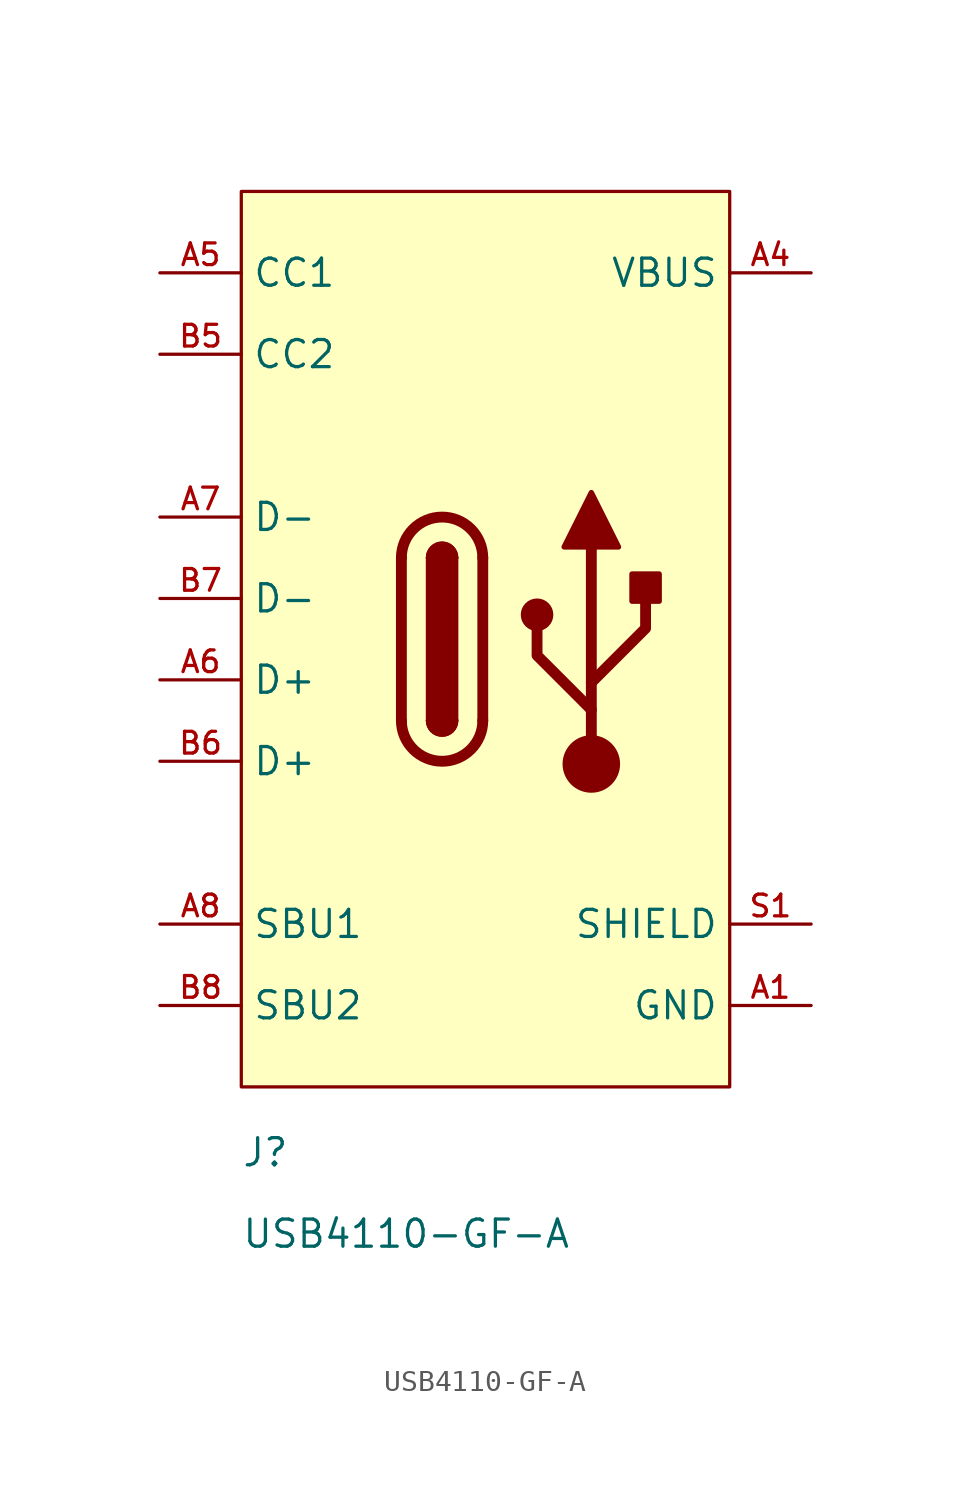
<source format=kicad_sym>
(kicad_symbol_lib
  (version 20241209)
  (generator "kicad_symbol_editor")
  (generator_version "9.0")
  (symbol "USB4110-GF-A"
    (property "Reference" "J"
      (at 0 -3.81 0)
      (effects (font (size 1.27 1.27)) (justify left bottom)))
    (property "Value" "USB4110-GF-A"
      (at 0 -7.62 0)
      (effects (font (size 1.27 1.27)) (justify left bottom)))
    (symbol "USB4110-GF-A_0_1"
      (polyline (pts (xy 7.493 17.145) (xy 7.493 24.765)) (stroke (width 0.508) (type default)) (fill (type none)))
      (rectangle (start 8.763 17.145) (end 10.033 24.765) (stroke (width 0.254) (type default)) (fill (type outline)))
      (arc (start 8.763 24.765) (mid 9.398 25.3973) (end 10.033 24.765) (stroke (width 0.254) (type default)) (fill (type none)))
      (arc (start 8.763 24.765) (mid 9.398 25.3973) (end 10.033 24.765) (stroke (width 0.254) (type default)) (fill (type outline)))
      (arc (start 7.493 24.765) (mid 9.398 26.6617) (end 11.303 24.765) (stroke (width 0.508) (type default)) (fill (type none)))
      (arc (start 11.303 17.145) (mid 9.398 15.2483) (end 7.493 17.145) (stroke (width 0.508) (type default)) (fill (type none)))
      (arc (start 10.033 17.145) (mid 9.398 16.5127) (end 8.763 17.145) (stroke (width 0.254) (type default)) (fill (type none)))
      (arc (start 10.033 17.145) (mid 9.398 16.5127) (end 8.763 17.145) (stroke (width 0.254) (type default)) (fill (type outline)))
      (polyline (pts (xy 11.303 24.765) (xy 11.303 17.145)) (stroke (width 0.508) (type default)) (fill (type none)))
      (circle (center 13.843 22.098) (radius 0.635) (stroke (width 0.254) (type default)) (fill (type outline)))
      (polyline (pts (xy 15.113 25.273) (xy 16.383 27.813) (xy 17.653 25.273) (xy 15.113 25.273)) (stroke (width 0.254) (type default)) (fill (type outline)))
      (polyline (pts (xy 16.383 18.923) (xy 18.923 21.463) (xy 18.923 22.733)) (stroke (width 0.508) (type default)) (fill (type none)))
      (polyline (pts (xy 16.383 17.653) (xy 13.843 20.193) (xy 13.843 21.463)) (stroke (width 0.508) (type default)) (fill (type none)))
      (polyline (pts (xy 16.383 15.113) (xy 16.383 25.273)) (stroke (width 0.508) (type default)) (fill (type none)))
      (circle (center 16.383 15.113) (radius 1.27) (stroke (width 0) (type default)) (fill (type outline)))
      (rectangle (start 18.288 22.733) (end 19.558 24.003) (stroke (width 0.254) (type default)) (fill (type outline))))
    (symbol "USB4110-GF-A_1_1"
      (rectangle (start 0 41.91) (end 22.86 0) (stroke (width 0) (type solid)) (fill (type background)))
      (pin passive line (at -3.81 38.1 0) (length 3.81) (name "CC1" (effects (font (size 1.27 1.27)))) (number "A5" (effects (font (size 1.016 1.016)))))
      (pin passive line (at -3.81 34.29 0) (length 3.81) (name "CC2" (effects (font (size 1.27 1.27)))) (number "B5" (effects (font (size 1.016 1.016)))))
      (pin passive line (at -3.81 26.67 0) (length 3.81) (name "D-" (effects (font (size 1.27 1.27)))) (number "A7" (effects (font (size 1.016 1.016)))))
      (pin passive line (at -3.81 22.86 0) (length 3.81) (name "D-" (effects (font (size 1.27 1.27)))) (number "B7" (effects (font (size 1.016 1.016)))))
      (pin passive line (at -3.81 19.05 0) (length 3.81) (name "D+" (effects (font (size 1.27 1.27)))) (number "A6" (effects (font (size 1.016 1.016)))))
      (pin passive line (at -3.81 15.24 0) (length 3.81) (name "D+" (effects (font (size 1.27 1.27)))) (number "B6" (effects (font (size 1.016 1.016)))))
      (pin passive line (at -3.81 7.62 0) (length 3.81) (name "SBU1" (effects (font (size 1.27 1.27)))) (number "A8" (effects (font (size 1.016 1.016)))))
      (pin passive line (at -3.81 3.81 0) (length 3.81) (name "SBU2" (effects (font (size 1.27 1.27)))) (number "B8" (effects (font (size 1.016 1.016)))))
      (pin passive line (at 26.67 38.1 180) (length 3.81) (name "VBUS" (effects (font (size 1.27 1.27)))) (number "A4" (effects (font (size 1.016 1.016)))))
      (pin passive line (at 26.67 38.1 180) (length 3.81) (hide yes) (name "VBUS" (effects (font (size 1.27 1.27)))) (number "A9" (effects (font (size 1.016 1.016)))))
      (pin passive line (at 26.67 38.1 180) (length 3.81) (hide yes) (name "VBUS" (effects (font (size 1.27 1.27)))) (number "B4" (effects (font (size 1.016 1.016)))))
      (pin passive line (at 26.67 38.1 180) (length 3.81) (hide yes) (name "VBUS" (effects (font (size 1.27 1.27)))) (number "B9" (effects (font (size 1.016 1.016)))))
      (pin passive line (at 26.67 7.62 180) (length 3.81) (name "SHIELD" (effects (font (size 1.27 1.27)))) (number "S1" (effects (font (size 1.016 1.016)))))
      (pin passive line (at 26.67 3.81 180) (length 3.81) (name "GND" (effects (font (size 1.27 1.27)))) (number "A1" (effects (font (size 1.016 1.016)))))
      (pin passive line (at 26.67 3.81 180) (length 3.81) (hide yes) (name "GND" (effects (font (size 1.27 1.27)))) (number "A12" (effects (font (size 1.016 1.016)))))
      (pin passive line (at 26.67 3.81 180) (length 3.81) (hide yes) (name "GND" (effects (font (size 1.27 1.27)))) (number "B1" (effects (font (size 1.016 1.016)))))
      (pin passive line (at 26.67 3.81 180) (length 3.81) (hide yes) (name "GND" (effects (font (size 1.27 1.27)))) (number "B12" (effects (font (size 1.016 1.016))))))))
</source>
